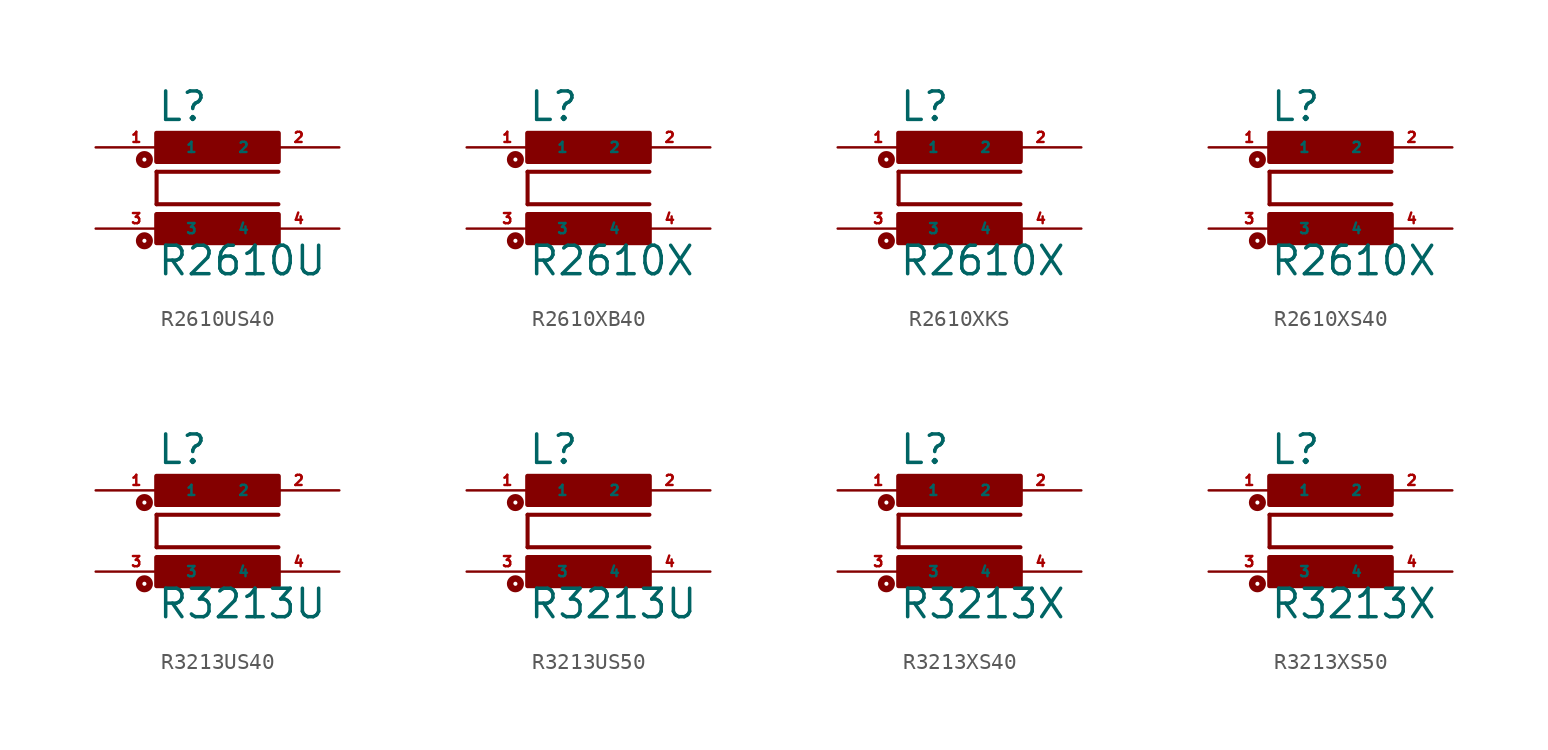
<source format=kicad_sym>
(kicad_symbol_lib
  (version 20220914)
  (generator Eagle2Kicad)
  (symbol "R2610US40"
    (property "Reference" "L"
      (at -3.81 4.064 0)
      (effects (font (size 1.778 1.778) (thickness 0.22)) (justify left bottom)))
    (property "Value" "R2610U"
      (at -3.81 -5.588 0)
      (effects (font (size 1.778 1.778) (thickness 0.22)) (justify left bottom)))
    (polyline
      (pts (xy 3.81 1.016) (xy -3.81 1.016))
      (stroke (width 0.254) (type default))
      (fill (type none)))
    (polyline
      (pts (xy -3.81 -1.016) (xy -3.81 1.016))
      (stroke (width 0.254) (type default))
      (fill (type none)))
    (polyline
      (pts (xy -3.81 -1.016) (xy 3.81 -1.016))
      (stroke (width 0.254) (type default))
      (fill (type none)))
    (circle
      (center -4.572 -3.302)
      (radius 0.127)
      (stroke (width 0.406) (type default))
      (fill (type none)))
    (circle
      (center -4.572 1.778)
      (radius 0.127)
      (stroke (width 0.406) (type default))
      (fill (type none)))
    (rectangle
      (start -3.81 1.651)
      (end 3.81 3.429)
      (stroke (width 0.3) (type default))
      (fill (type outline)))
    (rectangle
      (start -3.81 -3.429)
      (end 3.81 -1.651)
      (stroke (width 0.3) (type default))
      (fill (type outline)))
    (pin passive line
      (at 7.62 2.54 180)
      (length 5.08)
      (name "2" (effects (font (size 0.635 0.635) (thickness 0.08)) (justify left bottom)))
      (number "2" (effects (font (size 0.635 0.635) (thickness 0.08)) (justify left bottom))))
    (pin passive line
      (at -7.62 2.54 0)
      (length 5.08)
      (name "1" (effects (font (size 0.635 0.635) (thickness 0.08)) (justify left bottom)))
      (number "1" (effects (font (size 0.635 0.635) (thickness 0.08)) (justify left bottom))))
    (pin passive line
      (at -7.62 -2.54 0)
      (length 5.08)
      (name "3" (effects (font (size 0.635 0.635) (thickness 0.08)) (justify left bottom)))
      (number "3" (effects (font (size 0.635 0.635) (thickness 0.08)) (justify left bottom))))
    (pin passive line
      (at 7.62 -2.54 180)
      (length 5.08)
      (name "4" (effects (font (size 0.635 0.635) (thickness 0.08)) (justify left bottom)))
      (number "4" (effects (font (size 0.635 0.635) (thickness 0.08)) (justify left bottom)))))
  (symbol "R2610XB40"
    (property "Reference" "L"
      (at -3.81 4.064 0)
      (effects (font (size 1.778 1.778) (thickness 0.22)) (justify left bottom)))
    (property "Value" "R2610X"
      (at -3.81 -5.588 0)
      (effects (font (size 1.778 1.778) (thickness 0.22)) (justify left bottom)))
    (polyline
      (pts (xy 3.81 1.016) (xy -3.81 1.016))
      (stroke (width 0.254) (type default))
      (fill (type none)))
    (polyline
      (pts (xy -3.81 -1.016) (xy -3.81 1.016))
      (stroke (width 0.254) (type default))
      (fill (type none)))
    (polyline
      (pts (xy -3.81 -1.016) (xy 3.81 -1.016))
      (stroke (width 0.254) (type default))
      (fill (type none)))
    (circle
      (center -4.572 -3.302)
      (radius 0.127)
      (stroke (width 0.406) (type default))
      (fill (type none)))
    (circle
      (center -4.572 1.778)
      (radius 0.127)
      (stroke (width 0.406) (type default))
      (fill (type none)))
    (rectangle
      (start -3.81 1.651)
      (end 3.81 3.429)
      (stroke (width 0.3) (type default))
      (fill (type outline)))
    (rectangle
      (start -3.81 -3.429)
      (end 3.81 -1.651)
      (stroke (width 0.3) (type default))
      (fill (type outline)))
    (pin passive line
      (at 7.62 2.54 180)
      (length 5.08)
      (name "2" (effects (font (size 0.635 0.635) (thickness 0.08)) (justify left bottom)))
      (number "2" (effects (font (size 0.635 0.635) (thickness 0.08)) (justify left bottom))))
    (pin passive line
      (at -7.62 2.54 0)
      (length 5.08)
      (name "1" (effects (font (size 0.635 0.635) (thickness 0.08)) (justify left bottom)))
      (number "1" (effects (font (size 0.635 0.635) (thickness 0.08)) (justify left bottom))))
    (pin passive line
      (at -7.62 -2.54 0)
      (length 5.08)
      (name "3" (effects (font (size 0.635 0.635) (thickness 0.08)) (justify left bottom)))
      (number "3" (effects (font (size 0.635 0.635) (thickness 0.08)) (justify left bottom))))
    (pin passive line
      (at 7.62 -2.54 180)
      (length 5.08)
      (name "4" (effects (font (size 0.635 0.635) (thickness 0.08)) (justify left bottom)))
      (number "4" (effects (font (size 0.635 0.635) (thickness 0.08)) (justify left bottom)))))
  (symbol "R2610XKS"
    (property "Reference" "L"
      (at -3.81 4.064 0)
      (effects (font (size 1.778 1.778) (thickness 0.22)) (justify left bottom)))
    (property "Value" "R2610X"
      (at -3.81 -5.588 0)
      (effects (font (size 1.778 1.778) (thickness 0.22)) (justify left bottom)))
    (polyline
      (pts (xy 3.81 1.016) (xy -3.81 1.016))
      (stroke (width 0.254) (type default))
      (fill (type none)))
    (polyline
      (pts (xy -3.81 -1.016) (xy -3.81 1.016))
      (stroke (width 0.254) (type default))
      (fill (type none)))
    (polyline
      (pts (xy -3.81 -1.016) (xy 3.81 -1.016))
      (stroke (width 0.254) (type default))
      (fill (type none)))
    (circle
      (center -4.572 -3.302)
      (radius 0.127)
      (stroke (width 0.406) (type default))
      (fill (type none)))
    (circle
      (center -4.572 1.778)
      (radius 0.127)
      (stroke (width 0.406) (type default))
      (fill (type none)))
    (rectangle
      (start -3.81 1.651)
      (end 3.81 3.429)
      (stroke (width 0.3) (type default))
      (fill (type outline)))
    (rectangle
      (start -3.81 -3.429)
      (end 3.81 -1.651)
      (stroke (width 0.3) (type default))
      (fill (type outline)))
    (pin passive line
      (at 7.62 2.54 180)
      (length 5.08)
      (name "2" (effects (font (size 0.635 0.635) (thickness 0.08)) (justify left bottom)))
      (number "2" (effects (font (size 0.635 0.635) (thickness 0.08)) (justify left bottom))))
    (pin passive line
      (at -7.62 2.54 0)
      (length 5.08)
      (name "1" (effects (font (size 0.635 0.635) (thickness 0.08)) (justify left bottom)))
      (number "1" (effects (font (size 0.635 0.635) (thickness 0.08)) (justify left bottom))))
    (pin passive line
      (at -7.62 -2.54 0)
      (length 5.08)
      (name "3" (effects (font (size 0.635 0.635) (thickness 0.08)) (justify left bottom)))
      (number "3" (effects (font (size 0.635 0.635) (thickness 0.08)) (justify left bottom))))
    (pin passive line
      (at 7.62 -2.54 180)
      (length 5.08)
      (name "4" (effects (font (size 0.635 0.635) (thickness 0.08)) (justify left bottom)))
      (number "4" (effects (font (size 0.635 0.635) (thickness 0.08)) (justify left bottom)))))
  (symbol "R2610XS40"
    (property "Reference" "L"
      (at -3.81 4.064 0)
      (effects (font (size 1.778 1.778) (thickness 0.22)) (justify left bottom)))
    (property "Value" "R2610X"
      (at -3.81 -5.588 0)
      (effects (font (size 1.778 1.778) (thickness 0.22)) (justify left bottom)))
    (polyline
      (pts (xy 3.81 1.016) (xy -3.81 1.016))
      (stroke (width 0.254) (type default))
      (fill (type none)))
    (polyline
      (pts (xy -3.81 -1.016) (xy -3.81 1.016))
      (stroke (width 0.254) (type default))
      (fill (type none)))
    (polyline
      (pts (xy -3.81 -1.016) (xy 3.81 -1.016))
      (stroke (width 0.254) (type default))
      (fill (type none)))
    (circle
      (center -4.572 -3.302)
      (radius 0.127)
      (stroke (width 0.406) (type default))
      (fill (type none)))
    (circle
      (center -4.572 1.778)
      (radius 0.127)
      (stroke (width 0.406) (type default))
      (fill (type none)))
    (rectangle
      (start -3.81 1.651)
      (end 3.81 3.429)
      (stroke (width 0.3) (type default))
      (fill (type outline)))
    (rectangle
      (start -3.81 -3.429)
      (end 3.81 -1.651)
      (stroke (width 0.3) (type default))
      (fill (type outline)))
    (pin passive line
      (at 7.62 2.54 180)
      (length 5.08)
      (name "2" (effects (font (size 0.635 0.635) (thickness 0.08)) (justify left bottom)))
      (number "2" (effects (font (size 0.635 0.635) (thickness 0.08)) (justify left bottom))))
    (pin passive line
      (at -7.62 2.54 0)
      (length 5.08)
      (name "1" (effects (font (size 0.635 0.635) (thickness 0.08)) (justify left bottom)))
      (number "1" (effects (font (size 0.635 0.635) (thickness 0.08)) (justify left bottom))))
    (pin passive line
      (at -7.62 -2.54 0)
      (length 5.08)
      (name "3" (effects (font (size 0.635 0.635) (thickness 0.08)) (justify left bottom)))
      (number "3" (effects (font (size 0.635 0.635) (thickness 0.08)) (justify left bottom))))
    (pin passive line
      (at 7.62 -2.54 180)
      (length 5.08)
      (name "4" (effects (font (size 0.635 0.635) (thickness 0.08)) (justify left bottom)))
      (number "4" (effects (font (size 0.635 0.635) (thickness 0.08)) (justify left bottom)))))
  (symbol "R3213US40"
    (property "Reference" "L"
      (at -3.81 4.064 0)
      (effects (font (size 1.778 1.778) (thickness 0.22)) (justify left bottom)))
    (property "Value" "R3213U"
      (at -3.81 -5.588 0)
      (effects (font (size 1.778 1.778) (thickness 0.22)) (justify left bottom)))
    (polyline
      (pts (xy 3.81 1.016) (xy -3.81 1.016))
      (stroke (width 0.254) (type default))
      (fill (type none)))
    (polyline
      (pts (xy -3.81 -1.016) (xy -3.81 1.016))
      (stroke (width 0.254) (type default))
      (fill (type none)))
    (polyline
      (pts (xy -3.81 -1.016) (xy 3.81 -1.016))
      (stroke (width 0.254) (type default))
      (fill (type none)))
    (circle
      (center -4.572 -3.302)
      (radius 0.127)
      (stroke (width 0.406) (type default))
      (fill (type none)))
    (circle
      (center -4.572 1.778)
      (radius 0.127)
      (stroke (width 0.406) (type default))
      (fill (type none)))
    (rectangle
      (start -3.81 1.651)
      (end 3.81 3.429)
      (stroke (width 0.3) (type default))
      (fill (type outline)))
    (rectangle
      (start -3.81 -3.429)
      (end 3.81 -1.651)
      (stroke (width 0.3) (type default))
      (fill (type outline)))
    (pin passive line
      (at 7.62 2.54 180)
      (length 5.08)
      (name "2" (effects (font (size 0.635 0.635) (thickness 0.08)) (justify left bottom)))
      (number "2" (effects (font (size 0.635 0.635) (thickness 0.08)) (justify left bottom))))
    (pin passive line
      (at -7.62 2.54 0)
      (length 5.08)
      (name "1" (effects (font (size 0.635 0.635) (thickness 0.08)) (justify left bottom)))
      (number "1" (effects (font (size 0.635 0.635) (thickness 0.08)) (justify left bottom))))
    (pin passive line
      (at -7.62 -2.54 0)
      (length 5.08)
      (name "3" (effects (font (size 0.635 0.635) (thickness 0.08)) (justify left bottom)))
      (number "3" (effects (font (size 0.635 0.635) (thickness 0.08)) (justify left bottom))))
    (pin passive line
      (at 7.62 -2.54 180)
      (length 5.08)
      (name "4" (effects (font (size 0.635 0.635) (thickness 0.08)) (justify left bottom)))
      (number "4" (effects (font (size 0.635 0.635) (thickness 0.08)) (justify left bottom)))))
  (symbol "R3213US50"
    (property "Reference" "L"
      (at -3.81 4.064 0)
      (effects (font (size 1.778 1.778) (thickness 0.22)) (justify left bottom)))
    (property "Value" "R3213U"
      (at -3.81 -5.588 0)
      (effects (font (size 1.778 1.778) (thickness 0.22)) (justify left bottom)))
    (polyline
      (pts (xy 3.81 1.016) (xy -3.81 1.016))
      (stroke (width 0.254) (type default))
      (fill (type none)))
    (polyline
      (pts (xy -3.81 -1.016) (xy -3.81 1.016))
      (stroke (width 0.254) (type default))
      (fill (type none)))
    (polyline
      (pts (xy -3.81 -1.016) (xy 3.81 -1.016))
      (stroke (width 0.254) (type default))
      (fill (type none)))
    (circle
      (center -4.572 -3.302)
      (radius 0.127)
      (stroke (width 0.406) (type default))
      (fill (type none)))
    (circle
      (center -4.572 1.778)
      (radius 0.127)
      (stroke (width 0.406) (type default))
      (fill (type none)))
    (rectangle
      (start -3.81 1.651)
      (end 3.81 3.429)
      (stroke (width 0.3) (type default))
      (fill (type outline)))
    (rectangle
      (start -3.81 -3.429)
      (end 3.81 -1.651)
      (stroke (width 0.3) (type default))
      (fill (type outline)))
    (pin passive line
      (at 7.62 2.54 180)
      (length 5.08)
      (name "2" (effects (font (size 0.635 0.635) (thickness 0.08)) (justify left bottom)))
      (number "2" (effects (font (size 0.635 0.635) (thickness 0.08)) (justify left bottom))))
    (pin passive line
      (at -7.62 2.54 0)
      (length 5.08)
      (name "1" (effects (font (size 0.635 0.635) (thickness 0.08)) (justify left bottom)))
      (number "1" (effects (font (size 0.635 0.635) (thickness 0.08)) (justify left bottom))))
    (pin passive line
      (at -7.62 -2.54 0)
      (length 5.08)
      (name "3" (effects (font (size 0.635 0.635) (thickness 0.08)) (justify left bottom)))
      (number "3" (effects (font (size 0.635 0.635) (thickness 0.08)) (justify left bottom))))
    (pin passive line
      (at 7.62 -2.54 180)
      (length 5.08)
      (name "4" (effects (font (size 0.635 0.635) (thickness 0.08)) (justify left bottom)))
      (number "4" (effects (font (size 0.635 0.635) (thickness 0.08)) (justify left bottom)))))
  (symbol "R3213XS40"
    (property "Reference" "L"
      (at -3.81 4.064 0)
      (effects (font (size 1.778 1.778) (thickness 0.22)) (justify left bottom)))
    (property "Value" "R3213X"
      (at -3.81 -5.588 0)
      (effects (font (size 1.778 1.778) (thickness 0.22)) (justify left bottom)))
    (polyline
      (pts (xy 3.81 1.016) (xy -3.81 1.016))
      (stroke (width 0.254) (type default))
      (fill (type none)))
    (polyline
      (pts (xy -3.81 -1.016) (xy -3.81 1.016))
      (stroke (width 0.254) (type default))
      (fill (type none)))
    (polyline
      (pts (xy -3.81 -1.016) (xy 3.81 -1.016))
      (stroke (width 0.254) (type default))
      (fill (type none)))
    (circle
      (center -4.572 -3.302)
      (radius 0.127)
      (stroke (width 0.406) (type default))
      (fill (type none)))
    (circle
      (center -4.572 1.778)
      (radius 0.127)
      (stroke (width 0.406) (type default))
      (fill (type none)))
    (rectangle
      (start -3.81 1.651)
      (end 3.81 3.429)
      (stroke (width 0.3) (type default))
      (fill (type outline)))
    (rectangle
      (start -3.81 -3.429)
      (end 3.81 -1.651)
      (stroke (width 0.3) (type default))
      (fill (type outline)))
    (pin passive line
      (at 7.62 2.54 180)
      (length 5.08)
      (name "2" (effects (font (size 0.635 0.635) (thickness 0.08)) (justify left bottom)))
      (number "2" (effects (font (size 0.635 0.635) (thickness 0.08)) (justify left bottom))))
    (pin passive line
      (at -7.62 2.54 0)
      (length 5.08)
      (name "1" (effects (font (size 0.635 0.635) (thickness 0.08)) (justify left bottom)))
      (number "1" (effects (font (size 0.635 0.635) (thickness 0.08)) (justify left bottom))))
    (pin passive line
      (at -7.62 -2.54 0)
      (length 5.08)
      (name "3" (effects (font (size 0.635 0.635) (thickness 0.08)) (justify left bottom)))
      (number "3" (effects (font (size 0.635 0.635) (thickness 0.08)) (justify left bottom))))
    (pin passive line
      (at 7.62 -2.54 180)
      (length 5.08)
      (name "4" (effects (font (size 0.635 0.635) (thickness 0.08)) (justify left bottom)))
      (number "4" (effects (font (size 0.635 0.635) (thickness 0.08)) (justify left bottom)))))
  (symbol "R3213XS50"
    (property "Reference" "L"
      (at -3.81 4.064 0)
      (effects (font (size 1.778 1.778) (thickness 0.22)) (justify left bottom)))
    (property "Value" "R3213X"
      (at -3.81 -5.588 0)
      (effects (font (size 1.778 1.778) (thickness 0.22)) (justify left bottom)))
    (polyline
      (pts (xy 3.81 1.016) (xy -3.81 1.016))
      (stroke (width 0.254) (type default))
      (fill (type none)))
    (polyline
      (pts (xy -3.81 -1.016) (xy -3.81 1.016))
      (stroke (width 0.254) (type default))
      (fill (type none)))
    (polyline
      (pts (xy -3.81 -1.016) (xy 3.81 -1.016))
      (stroke (width 0.254) (type default))
      (fill (type none)))
    (circle
      (center -4.572 -3.302)
      (radius 0.127)
      (stroke (width 0.406) (type default))
      (fill (type none)))
    (circle
      (center -4.572 1.778)
      (radius 0.127)
      (stroke (width 0.406) (type default))
      (fill (type none)))
    (rectangle
      (start -3.81 1.651)
      (end 3.81 3.429)
      (stroke (width 0.3) (type default))
      (fill (type outline)))
    (rectangle
      (start -3.81 -3.429)
      (end 3.81 -1.651)
      (stroke (width 0.3) (type default))
      (fill (type outline)))
    (pin passive line
      (at 7.62 2.54 180)
      (length 5.08)
      (name "2" (effects (font (size 0.635 0.635) (thickness 0.08)) (justify left bottom)))
      (number "2" (effects (font (size 0.635 0.635) (thickness 0.08)) (justify left bottom))))
    (pin passive line
      (at -7.62 2.54 0)
      (length 5.08)
      (name "1" (effects (font (size 0.635 0.635) (thickness 0.08)) (justify left bottom)))
      (number "1" (effects (font (size 0.635 0.635) (thickness 0.08)) (justify left bottom))))
    (pin passive line
      (at -7.62 -2.54 0)
      (length 5.08)
      (name "3" (effects (font (size 0.635 0.635) (thickness 0.08)) (justify left bottom)))
      (number "3" (effects (font (size 0.635 0.635) (thickness 0.08)) (justify left bottom))))
    (pin passive line
      (at 7.62 -2.54 180)
      (length 5.08)
      (name "4" (effects (font (size 0.635 0.635) (thickness 0.08)) (justify left bottom)))
      (number "4" (effects (font (size 0.635 0.635) (thickness 0.08)) (justify left bottom))))))
</source>
